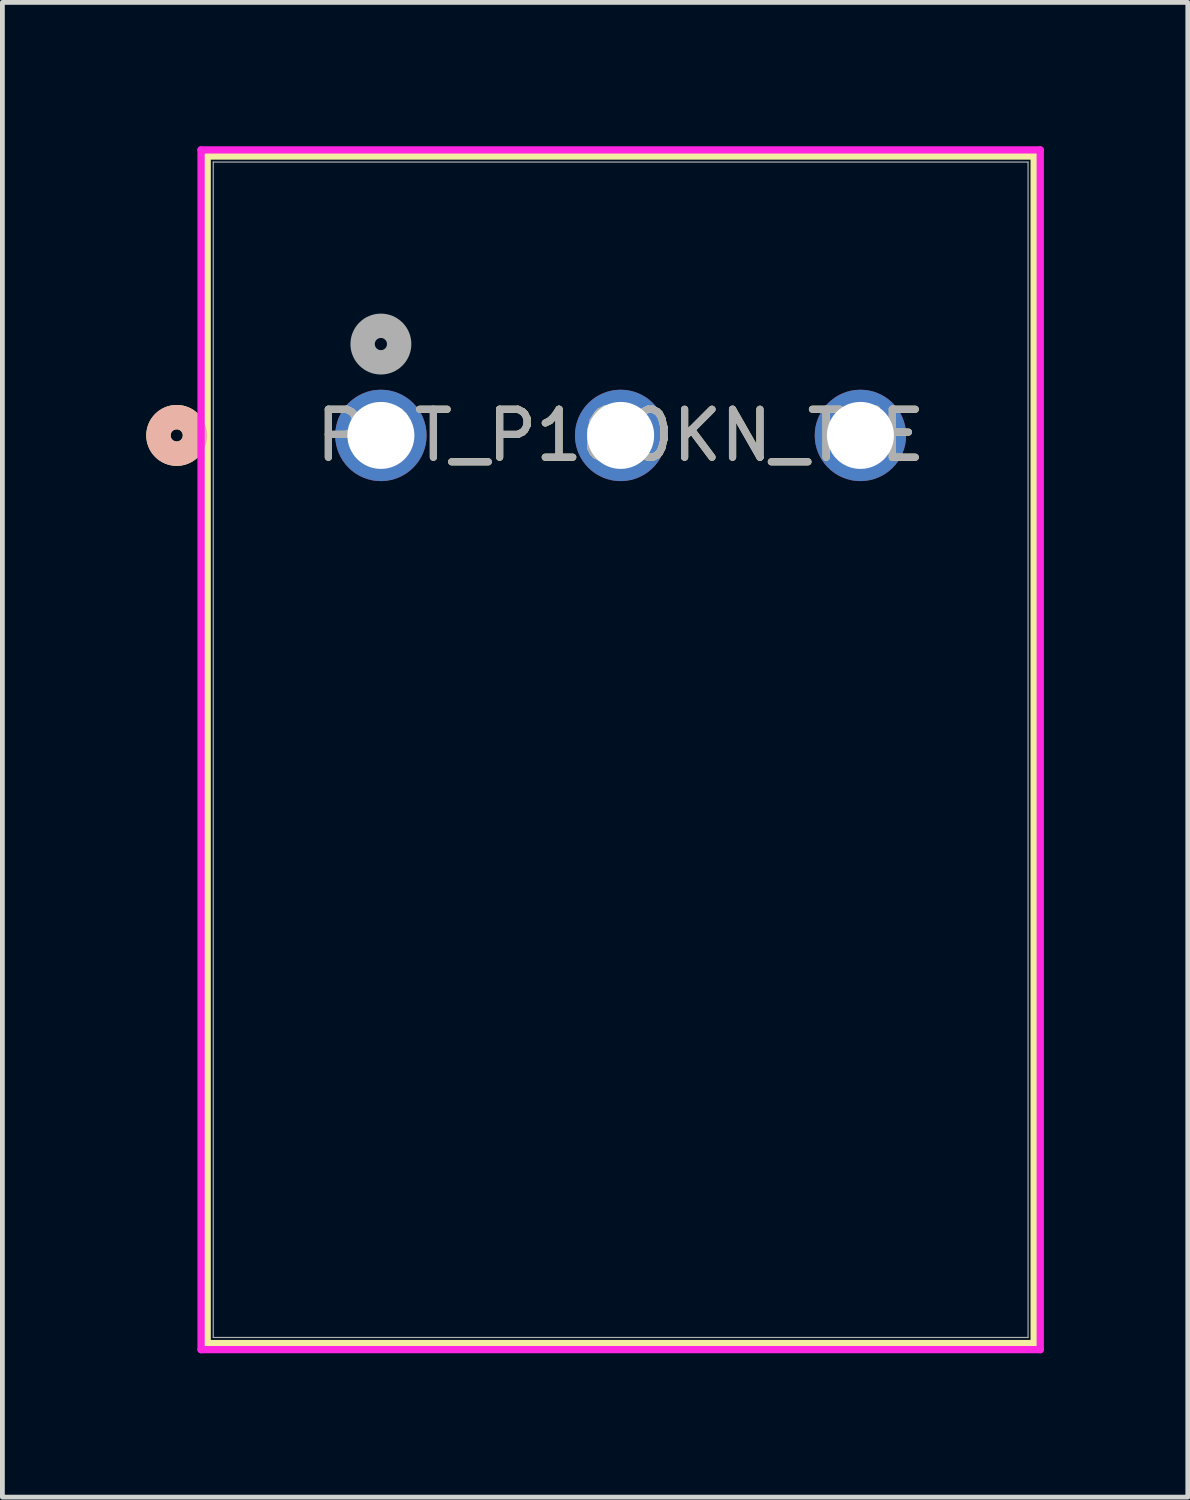
<source format=kicad_pcb>
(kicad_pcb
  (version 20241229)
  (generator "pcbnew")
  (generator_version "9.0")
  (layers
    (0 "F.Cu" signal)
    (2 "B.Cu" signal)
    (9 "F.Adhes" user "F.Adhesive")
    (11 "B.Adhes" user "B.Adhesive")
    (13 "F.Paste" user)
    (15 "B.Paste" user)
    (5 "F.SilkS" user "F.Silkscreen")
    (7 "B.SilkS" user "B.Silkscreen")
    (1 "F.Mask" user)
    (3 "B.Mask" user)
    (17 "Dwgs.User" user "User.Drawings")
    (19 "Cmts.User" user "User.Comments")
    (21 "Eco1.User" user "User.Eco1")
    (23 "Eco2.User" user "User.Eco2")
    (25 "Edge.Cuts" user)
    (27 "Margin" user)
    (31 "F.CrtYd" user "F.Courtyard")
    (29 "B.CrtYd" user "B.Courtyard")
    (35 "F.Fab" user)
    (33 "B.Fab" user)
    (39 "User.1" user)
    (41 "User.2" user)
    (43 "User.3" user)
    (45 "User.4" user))
  (footprint "POT_P160KN_TTE"
    (layer "F.Cu")
    (at 4.893 6.03)
    (property "Reference" "POT_P160KN_TTE" (at 5 0 0) (unlocked yes) (layer "F.SilkS") (effects (font (size 1 1) (thickness 0.15))))
    (attr through_hole)
    (fp_line (start -3.623 -5.827) (end -3.623 18.938) (stroke (width 0.152) (type solid)) (layer "F.SilkS"))
    (fp_line (start -3.623 18.938) (end 13.623 18.938) (stroke (width 0.152) (type solid)) (layer "F.SilkS"))
    (fp_line (start 13.623 -5.827) (end -3.623 -5.827) (stroke (width 0.152) (type solid)) (layer "F.SilkS"))
    (fp_line (start 13.623 18.938) (end 13.623 -5.827) (stroke (width 0.152) (type solid)) (layer "F.SilkS"))
    (fp_circle (center -4.258 0) (end -3.877 0) (stroke (width 0.508) (type solid)) (fill no) (layer "F.SilkS"))
    (fp_circle (center -4.258 0) (end -3.877 0) (stroke (width 0.508) (type solid)) (fill no) (layer "B.SilkS"))
    (fp_line (start -3.75 -5.954) (end -3.75 19.065) (stroke (width 0.152) (type solid)) (layer "F.CrtYd"))
    (fp_line (start -3.75 19.065) (end 13.75 19.065) (stroke (width 0.152) (type solid)) (layer "F.CrtYd"))
    (fp_line (start 13.75 -5.954) (end -3.75 -5.954) (stroke (width 0.152) (type solid)) (layer "F.CrtYd"))
    (fp_line (start 13.75 19.065) (end 13.75 -5.954) (stroke (width 0.152) (type solid)) (layer "F.CrtYd"))
    (fp_line (start -3.496 -5.7) (end -3.496 18.811) (stroke (width 0.025) (type solid)) (layer "F.Fab"))
    (fp_line (start -3.496 18.811) (end 13.496 18.811) (stroke (width 0.025) (type solid)) (layer "F.Fab"))
    (fp_line (start 13.496 -5.7) (end -3.496 -5.7) (stroke (width 0.025) (type solid)) (layer "F.Fab"))
    (fp_line (start 13.496 18.811) (end 13.496 -5.7) (stroke (width 0.025) (type solid)) (layer "F.Fab"))
    (fp_circle (center 0 -1.905) (end 0.381 -1.905) (stroke (width 0.508) (type solid)) (fill no) (layer "F.Fab"))
    (fp_text user "${REFERENCE}" (at 5 0 0) (unlocked yes) (layer "F.Fab") (effects (font (size 1 1) (thickness 0.15))))
    (pad "1" thru_hole circle (at 0 0) (size 1.905 1.905) (drill 1.397) (layers "*.Cu" "*.Mask"))
    (pad "2" thru_hole circle (at 5 0) (size 1.905 1.905) (drill 1.397) (layers "*.Cu" "*.Mask"))
    (pad "3" thru_hole circle (at 10 0) (size 1.905 1.905) (drill 1.397) (layers "*.Cu" "*.Mask")))
  (gr_rect
    (start -3 -3)
    (end 21.72 28.171)
    (stroke (width 0.1) (type default))
    (fill no)
    (layer "Edge.Cuts")))
</source>
